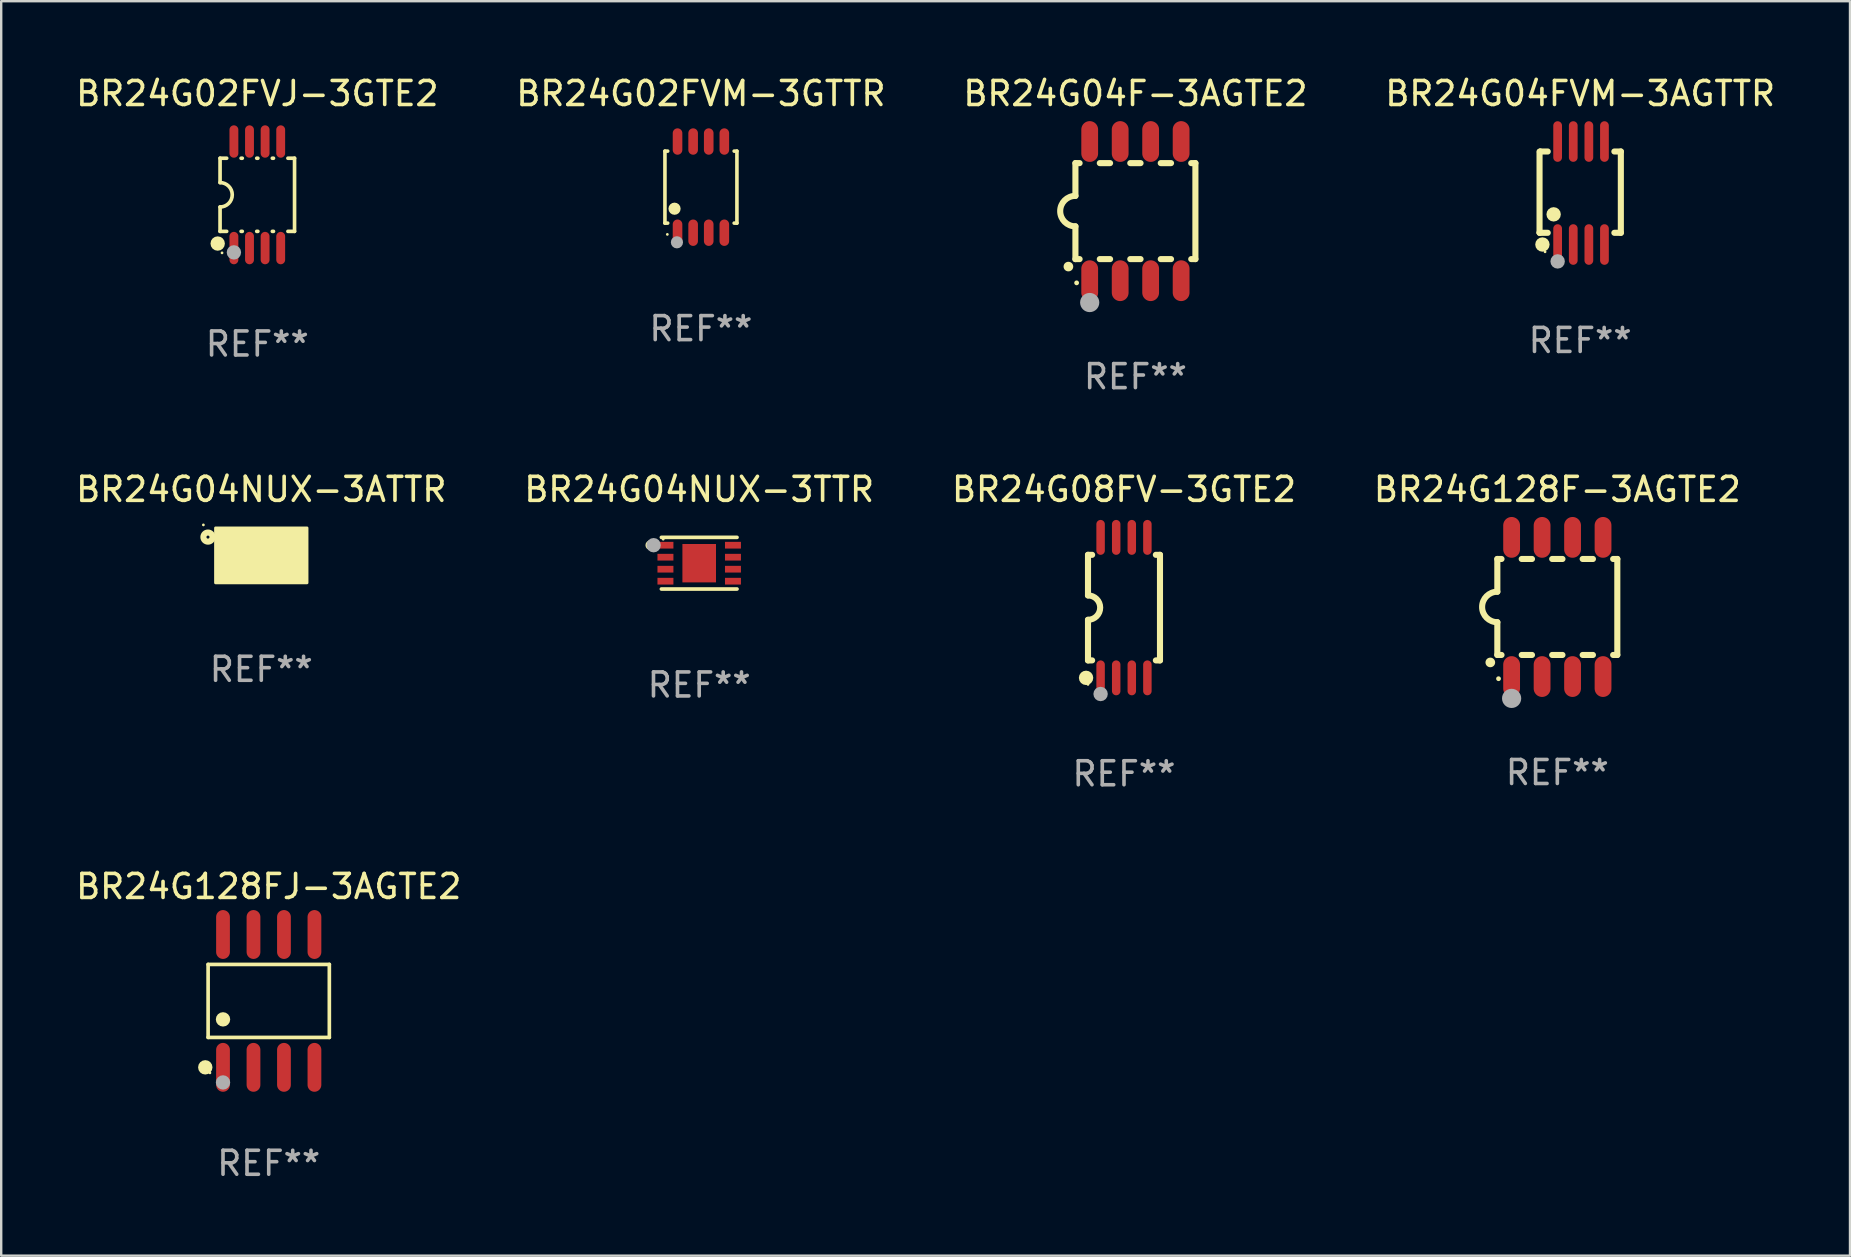
<source format=kicad_pcb>
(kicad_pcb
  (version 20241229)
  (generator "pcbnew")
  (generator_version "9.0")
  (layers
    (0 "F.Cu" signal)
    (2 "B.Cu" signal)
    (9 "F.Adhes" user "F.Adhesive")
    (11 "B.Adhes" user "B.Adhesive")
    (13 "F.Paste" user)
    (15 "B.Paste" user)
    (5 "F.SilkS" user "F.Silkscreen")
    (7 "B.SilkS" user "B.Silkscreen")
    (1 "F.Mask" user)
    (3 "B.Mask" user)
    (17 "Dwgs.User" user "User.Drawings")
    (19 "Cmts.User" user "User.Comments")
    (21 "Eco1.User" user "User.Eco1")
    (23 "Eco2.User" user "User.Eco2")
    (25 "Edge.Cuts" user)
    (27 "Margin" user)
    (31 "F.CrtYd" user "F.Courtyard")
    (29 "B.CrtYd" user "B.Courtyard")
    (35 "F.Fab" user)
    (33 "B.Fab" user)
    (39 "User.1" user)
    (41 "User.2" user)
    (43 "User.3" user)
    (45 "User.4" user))
  (footprint "BR24G128F-3AGTE2"
    (layer "F.Cu")
    (at 61.851 22.245)
    (property "Reference" "BR24G128F-3AGTE2" (at 0 -4.9 0) (layer "F.SilkS") (effects (font (size 1 1) (thickness 0.15))))
    (attr through_hole)
    (fp_line (start -2.5 -2) (end -2.5 -0.635) (stroke (width 0.254) (type solid)) (layer "F.SilkS"))
    (fp_line (start -2.5 -2) (end -2.326 -2) (stroke (width 0.254) (type solid)) (layer "F.SilkS"))
    (fp_line (start -2.5 2) (end -2.5 0.635) (stroke (width 0.254) (type solid)) (layer "F.SilkS"))
    (fp_line (start -2.5 2) (end -2.326 2) (stroke (width 0.254) (type solid)) (layer "F.SilkS"))
    (fp_line (start -1.484 -2) (end -1.056 -2) (stroke (width 0.254) (type solid)) (layer "F.SilkS"))
    (fp_line (start -1.484 2) (end -1.056 2) (stroke (width 0.254) (type solid)) (layer "F.SilkS"))
    (fp_line (start -0.214 -2) (end 0.214 -2) (stroke (width 0.254) (type solid)) (layer "F.SilkS"))
    (fp_line (start -0.214 2) (end 0.214 2) (stroke (width 0.254) (type solid)) (layer "F.SilkS"))
    (fp_line (start 1.056 -2) (end 1.484 -2) (stroke (width 0.254) (type solid)) (layer "F.SilkS"))
    (fp_line (start 1.056 2) (end 1.484 2) (stroke (width 0.254) (type solid)) (layer "F.SilkS"))
    (fp_line (start 2.326 -2) (end 2.5 -2) (stroke (width 0.254) (type solid)) (layer "F.SilkS"))
    (fp_line (start 2.326 2) (end 2.5 2) (stroke (width 0.254) (type solid)) (layer "F.SilkS"))
    (fp_line (start 2.5 -2) (end 2.5 2) (stroke (width 0.254) (type solid)) (layer "F.SilkS"))
    (fp_arc (start -2.794006 2.311405) (mid -2.792736 2.311401) (end -2.791466 2.311405) (stroke (width 0.4) (type solid)) (layer "F.SilkS"))
    (fp_arc (start -2.5 0.635001) (mid -3.134366 -0.000318) (end -2.499365 -0.635001) (stroke (width 0.254001) (type solid)) (layer "F.SilkS"))
    (fp_circle (center -2.45 2.99) (end -2.4 2.99) (stroke (width 0.1) (type solid)) (fill no) (layer "F.SilkS"))
    (fp_circle (center -1.905 3.81) (end -1.705 3.81) (stroke (width 0.4) (type solid)) (fill no) (layer "F.Fab"))
    (fp_text user "REF**" (at 0 6.9 0) (layer "F.Fab") (effects (font (size 1 1) (thickness 0.15))))
    (pad "1" smd oval (at -1.905 2.9 180) (size 0.7 1.7) (layers "F.Cu" "F.Mask" "F.Paste"))
    (pad "2" smd oval (at -0.635 2.9 180) (size 0.7 1.7) (layers "F.Cu" "F.Mask" "F.Paste"))
    (pad "3" smd oval (at 0.635 2.9 180) (size 0.7 1.7) (layers "F.Cu" "F.Mask" "F.Paste"))
    (pad "4" smd oval (at 1.905 2.9 180) (size 0.7 1.7) (layers "F.Cu" "F.Mask" "F.Paste"))
    (pad "5" smd oval (at 1.905 -2.9 180) (size 0.7 1.7) (layers "F.Cu" "F.Mask" "F.Paste"))
    (pad "6" smd oval (at 0.635 -2.9 180) (size 0.7 1.7) (layers "F.Cu" "F.Mask" "F.Paste"))
    (pad "7" smd oval (at -0.635 -2.9 180) (size 0.7 1.7) (layers "F.Cu" "F.Mask" "F.Paste"))
    (pad "8" smd oval (at -1.905 -2.9 180) (size 0.7 1.7) (layers "F.Cu" "F.Mask" "F.Paste")))
  (footprint "BR24G04F-3AGTE2"
    (layer "F.Cu")
    (at 44.268 5.748)
    (property "Reference" "BR24G04F-3AGTE2" (at 0 -4.9 0) (layer "F.SilkS") (effects (font (size 1 1) (thickness 0.15))))
    (attr through_hole)
    (fp_line (start -2.5 -2) (end -2.5 -0.635) (stroke (width 0.254) (type solid)) (layer "F.SilkS"))
    (fp_line (start -2.5 -2) (end -2.326 -2) (stroke (width 0.254) (type solid)) (layer "F.SilkS"))
    (fp_line (start -2.5 2) (end -2.5 0.635) (stroke (width 0.254) (type solid)) (layer "F.SilkS"))
    (fp_line (start -2.5 2) (end -2.326 2) (stroke (width 0.254) (type solid)) (layer "F.SilkS"))
    (fp_line (start -1.484 -2) (end -1.056 -2) (stroke (width 0.254) (type solid)) (layer "F.SilkS"))
    (fp_line (start -1.484 2) (end -1.056 2) (stroke (width 0.254) (type solid)) (layer "F.SilkS"))
    (fp_line (start -0.214 -2) (end 0.214 -2) (stroke (width 0.254) (type solid)) (layer "F.SilkS"))
    (fp_line (start -0.214 2) (end 0.214 2) (stroke (width 0.254) (type solid)) (layer "F.SilkS"))
    (fp_line (start 1.056 -2) (end 1.484 -2) (stroke (width 0.254) (type solid)) (layer "F.SilkS"))
    (fp_line (start 1.056 2) (end 1.484 2) (stroke (width 0.254) (type solid)) (layer "F.SilkS"))
    (fp_line (start 2.326 -2) (end 2.5 -2) (stroke (width 0.254) (type solid)) (layer "F.SilkS"))
    (fp_line (start 2.326 2) (end 2.5 2) (stroke (width 0.254) (type solid)) (layer "F.SilkS"))
    (fp_line (start 2.5 -2) (end 2.5 2) (stroke (width 0.254) (type solid)) (layer "F.SilkS"))
    (fp_arc (start -2.794006 2.311405) (mid -2.792736 2.311401) (end -2.791466 2.311405) (stroke (width 0.4) (type solid)) (layer "F.SilkS"))
    (fp_arc (start -2.5 0.635001) (mid -3.134366 -0.000318) (end -2.499365 -0.635001) (stroke (width 0.254001) (type solid)) (layer "F.SilkS"))
    (fp_circle (center -2.45 2.99) (end -2.4 2.99) (stroke (width 0.1) (type solid)) (fill no) (layer "F.SilkS"))
    (fp_circle (center -1.905 3.81) (end -1.705 3.81) (stroke (width 0.4) (type solid)) (fill no) (layer "F.Fab"))
    (fp_text user "REF**" (at 0 6.9 0) (layer "F.Fab") (effects (font (size 1 1) (thickness 0.15))))
    (pad "1" smd oval (at -1.905 2.9 180) (size 0.7 1.7) (layers "F.Cu" "F.Mask" "F.Paste"))
    (pad "2" smd oval (at -0.635 2.9 180) (size 0.7 1.7) (layers "F.Cu" "F.Mask" "F.Paste"))
    (pad "3" smd oval (at 0.635 2.9 180) (size 0.7 1.7) (layers "F.Cu" "F.Mask" "F.Paste"))
    (pad "4" smd oval (at 1.905 2.9 180) (size 0.7 1.7) (layers "F.Cu" "F.Mask" "F.Paste"))
    (pad "5" smd oval (at 1.905 -2.9 180) (size 0.7 1.7) (layers "F.Cu" "F.Mask" "F.Paste"))
    (pad "6" smd oval (at 0.635 -2.9 180) (size 0.7 1.7) (layers "F.Cu" "F.Mask" "F.Paste"))
    (pad "7" smd oval (at -0.635 -2.9 180) (size 0.7 1.7) (layers "F.Cu" "F.Mask" "F.Paste"))
    (pad "8" smd oval (at -1.905 -2.9 180) (size 0.7 1.7) (layers "F.Cu" "F.Mask" "F.Paste")))
  (footprint "BR24G04NUX-3TTR"
    (layer "F.Cu")
    (at 26.089 20.421)
    (property "Reference" "BR24G04NUX-3TTR" (at 0 -3.076 0) (layer "F.SilkS") (effects (font (size 1 1) (thickness 0.15))))
    (attr through_hole)
    (fp_line (start -1.576 -1.076) (end 1.576 -1.076) (stroke (width 0.152) (type solid)) (layer "F.SilkS"))
    (fp_line (start 1.576 1.076) (end -1.576 1.076) (stroke (width 0.152) (type solid)) (layer "F.SilkS"))
    (fp_circle (center -2.04 -0.75) (end -1.94 -0.75) (stroke (width 0.2) (type solid)) (fill no) (layer "F.SilkS"))
    (fp_circle (center -1.5 -1) (end -1.47 -1) (stroke (width 0.06) (type solid)) (fill no) (layer "F.SilkS"))
    (fp_circle (center -1.9 -0.75) (end -1.75 -0.75) (stroke (width 0.3) (type solid)) (fill no) (layer "F.Fab"))
    (fp_text user "REF**" (at 0 5.076 0) (layer "F.Fab") (effects (font (size 1 1) (thickness 0.15))))
    (pad "1" smd rect (at -1.407 -0.75 270) (size 0.28 0.665) (layers "F.Cu" "F.Mask" "F.Paste"))
    (pad "2" smd rect (at -1.407 -0.25 270) (size 0.28 0.665) (layers "F.Cu" "F.Mask" "F.Paste"))
    (pad "3" smd rect (at -1.407 0.25 270) (size 0.28 0.665) (layers "F.Cu" "F.Mask" "F.Paste"))
    (pad "4" smd rect (at -1.407 0.75 270) (size 0.28 0.665) (layers "F.Cu" "F.Mask" "F.Paste"))
    (pad "5" smd rect (at 1.407 0.75 270) (size 0.28 0.665) (layers "F.Cu" "F.Mask" "F.Paste"))
    (pad "6" smd rect (at 1.407 0.25 270) (size 0.28 0.665) (layers "F.Cu" "F.Mask" "F.Paste"))
    (pad "7" smd rect (at 1.407 -0.25 270) (size 0.28 0.665) (layers "F.Cu" "F.Mask" "F.Paste"))
    (pad "8" smd rect (at 1.407 -0.75 270) (size 0.28 0.665) (layers "F.Cu" "F.Mask" "F.Paste"))
    (pad "9" smd rect (at 0 0 270) (size 1.6 1.4) (layers "F.Cu" "F.Mask" "F.Paste")))
  (footprint "BR24G02FVM-3GTTR"
    (layer "F.Cu")
    (at 26.161 4.748)
    (property "Reference" "BR24G02FVM-3GTTR" (at 0 -3.9 0) (layer "F.SilkS") (effects (font (size 1 1) (thickness 0.15))))
    (attr through_hole)
    (fp_line (start -1.5 -1.5) (end -1.385 -1.5) (stroke (width 0.15) (type solid)) (layer "F.SilkS"))
    (fp_line (start -1.5 1.5) (end -1.5 -1.5) (stroke (width 0.15) (type solid)) (layer "F.SilkS"))
    (fp_line (start -1.385 1.5) (end -1.5 1.5) (stroke (width 0.15) (type solid)) (layer "F.SilkS"))
    (fp_line (start 1.385 -1.5) (end 1.5 -1.5) (stroke (width 0.15) (type solid)) (layer "F.SilkS"))
    (fp_line (start 1.5 -1.5) (end 1.5 1.5) (stroke (width 0.15) (type solid)) (layer "F.SilkS"))
    (fp_line (start 1.5 1.5) (end 1.385 1.5) (stroke (width 0.15) (type solid)) (layer "F.SilkS"))
    (fp_circle (center -1.4 1.97) (end -1.37 1.97) (stroke (width 0.06) (type solid)) (fill no) (layer "F.SilkS"))
    (fp_circle (center -1.1 0.9) (end -0.973 0.9) (stroke (width 0.254) (type solid)) (fill no) (layer "F.SilkS"))
    (fp_circle (center -1 2.3) (end -0.873 2.3) (stroke (width 0.254) (type solid)) (fill no) (layer "F.Fab"))
    (fp_text user "REF**" (at 0 5.9 0) (layer "F.Fab") (effects (font (size 1 1) (thickness 0.15))))
    (pad "1" smd oval (at -0.975 1.9 270) (size 1.1 0.4) (layers "F.Cu" "F.Mask" "F.Paste"))
    (pad "2" smd oval (at -0.325 1.9 270) (size 1.1 0.4) (layers "F.Cu" "F.Mask" "F.Paste"))
    (pad "3" smd oval (at 0.325 1.9 270) (size 1.1 0.4) (layers "F.Cu" "F.Mask" "F.Paste"))
    (pad "4" smd oval (at 0.975 1.9 270) (size 1.1 0.4) (layers "F.Cu" "F.Mask" "F.Paste"))
    (pad "5" smd oval (at 0.975 -1.9 270) (size 1.1 0.4) (layers "F.Cu" "F.Mask" "F.Paste"))
    (pad "6" smd oval (at 0.325 -1.9 270) (size 1.1 0.4) (layers "F.Cu" "F.Mask" "F.Paste"))
    (pad "7" smd oval (at -0.325 -1.9 270) (size 1.1 0.4) (layers "F.Cu" "F.Mask" "F.Paste"))
    (pad "8" smd oval (at -0.975 -1.9 270) (size 1.1 0.4) (layers "F.Cu" "F.Mask" "F.Paste")))
  (footprint "BR24G128FJ-3AGTE2"
    (layer "F.Cu")
    (at 8.149 38.663)
    (property "Reference" "BR24G128FJ-3AGTE2" (at 0 -4.768 0) (layer "F.SilkS") (effects (font (size 1 1) (thickness 0.15))))
    (attr through_hole)
    (fp_line (start -2.526 -1.521) (end 2.526 -1.521) (stroke (width 0.152) (type solid)) (layer "F.SilkS"))
    (fp_line (start -2.526 1.521) (end -2.526 -1.521) (stroke (width 0.152) (type solid)) (layer "F.SilkS"))
    (fp_line (start 2.526 -1.521) (end 2.526 1.521) (stroke (width 0.152) (type solid)) (layer "F.SilkS"))
    (fp_line (start 2.526 1.521) (end -2.526 1.521) (stroke (width 0.152) (type solid)) (layer "F.SilkS"))
    (fp_circle (center -2.644 2.768) (end -2.494 2.768) (stroke (width 0.3) (type solid)) (fill no) (layer "F.SilkS"))
    (fp_circle (center -2.45 2.998) (end -2.42 2.998) (stroke (width 0.06) (type solid)) (fill no) (layer "F.SilkS"))
    (fp_circle (center -1.905 0.769) (end -1.755 0.769) (stroke (width 0.3) (type solid)) (fill no) (layer "F.SilkS"))
    (fp_circle (center -1.905 3.398) (end -1.755 3.398) (stroke (width 0.3) (type solid)) (fill no) (layer "F.Fab"))
    (fp_text user "REF**" (at 0 6.768 0) (layer "F.Fab") (effects (font (size 1 1) (thickness 0.15))))
    (pad "1" smd oval (at -1.905 2.768) (size 0.574 2.036) (layers "F.Cu" "F.Mask" "F.Paste"))
    (pad "2" smd oval (at -0.635 2.768) (size 0.574 2.036) (layers "F.Cu" "F.Mask" "F.Paste"))
    (pad "3" smd oval (at 0.635 2.768) (size 0.574 2.036) (layers "F.Cu" "F.Mask" "F.Paste"))
    (pad "4" smd oval (at 1.905 2.768) (size 0.574 2.036) (layers "F.Cu" "F.Mask" "F.Paste"))
    (pad "5" smd oval (at 1.905 -2.768) (size 0.574 2.036) (layers "F.Cu" "F.Mask" "F.Paste"))
    (pad "6" smd oval (at 0.635 -2.768) (size 0.574 2.036) (layers "F.Cu" "F.Mask" "F.Paste"))
    (pad "7" smd oval (at -0.635 -2.768) (size 0.574 2.036) (layers "F.Cu" "F.Mask" "F.Paste"))
    (pad "8" smd oval (at -1.905 -2.768) (size 0.574 2.036) (layers "F.Cu" "F.Mask" "F.Paste")))
  (footprint "BR24G04FVM-3AGTTR"
    (layer "F.Cu")
    (at 62.804 4.994)
    (property "Reference" "BR24G04FVM-3AGTTR" (at 0 -4.146 0) (layer "F.SilkS") (effects (font (size 1 1) (thickness 0.15))))
    (attr through_hole)
    (fp_line (start -1.694 -1.724) (end -1.694 1.652) (stroke (width 0.254) (type solid)) (layer "F.SilkS"))
    (fp_line (start -1.694 1.652) (end -1.688 1.658) (stroke (width 0.254) (type solid)) (layer "F.SilkS"))
    (fp_line (start -1.688 1.658) (end -1.353 1.658) (stroke (width 0.254) (type solid)) (layer "F.SilkS"))
    (fp_line (start -1.661 -1.73) (end -1.681 -1.71) (stroke (width 0.254) (type solid)) (layer "F.SilkS"))
    (fp_line (start -1.353 -1.73) (end -1.661 -1.73) (stroke (width 0.254) (type solid)) (layer "F.SilkS"))
    (fp_line (start 1.424 1.658) (end 1.694 1.658) (stroke (width 0.254) (type solid)) (layer "F.SilkS"))
    (fp_line (start 1.694 -1.73) (end 1.424 -1.73) (stroke (width 0.254) (type solid)) (layer "F.SilkS"))
    (fp_line (start 1.694 1.658) (end 1.694 -1.73) (stroke (width 0.254) (type solid)) (layer "F.SilkS"))
    (fp_circle (center -1.574 2.146) (end -1.424 2.146) (stroke (width 0.3) (type solid)) (fill no) (layer "F.SilkS"))
    (fp_circle (center -1.464 2.45) (end -1.434 2.45) (stroke (width 0.06) (type solid)) (fill no) (layer "F.SilkS"))
    (fp_circle (center -1.107 0.889) (end -0.957 0.889) (stroke (width 0.3) (type solid)) (fill no) (layer "F.SilkS"))
    (fp_circle (center -0.94 2.85) (end -0.789 2.85) (stroke (width 0.3) (type solid)) (fill no) (layer "F.Fab"))
    (fp_text user "REF**" (at 0 6.146 0) (layer "F.Fab") (effects (font (size 1 1) (thickness 0.15))))
    (pad "1" smd oval (at -0.94 2.146) (size 0.364 1.692) (layers "F.Cu" "F.Mask" "F.Paste"))
    (pad "2" smd oval (at -0.289 2.146) (size 0.364 1.692) (layers "F.Cu" "F.Mask" "F.Paste"))
    (pad "3" smd oval (at 0.361 2.146) (size 0.364 1.692) (layers "F.Cu" "F.Mask" "F.Paste"))
    (pad "4" smd oval (at 1.011 2.146) (size 0.364 1.692) (layers "F.Cu" "F.Mask" "F.Paste"))
    (pad "5" smd oval (at 1.011 -2.146) (size 0.364 1.692) (layers "F.Cu" "F.Mask" "F.Paste"))
    (pad "6" smd oval (at 0.361 -2.146) (size 0.364 1.692) (layers "F.Cu" "F.Mask" "F.Paste"))
    (pad "7" smd oval (at -0.289 -2.146) (size 0.364 1.692) (layers "F.Cu" "F.Mask" "F.Paste"))
    (pad "8" smd oval (at -0.94 -2.146) (size 0.364 1.692) (layers "F.Cu" "F.Mask" "F.Paste")))
  (footprint "BR24G04NUX-3ATTR"
    (layer "F.Cu")
    (at 7.839 20.095)
    (property "Reference" "BR24G04NUX-3ATTR" (at 0 -2.75 0) (layer "F.SilkS") (effects (font (size 1 1) (thickness 0.15))))
    (attr through_hole)
    (fp_circle (center -2.413 -1.27) (end -2.383 -1.27) (stroke (width 0.06) (type solid)) (fill no) (layer "F.SilkS"))
    (fp_circle (center -2.222 -0.762) (end -2.159 -0.762) (stroke (width 0.254) (type solid)) (fill no) (layer "F.SilkS"))
    (fp_poly (pts (xy -1.905 -1.143) (xy 1.905 -1.143) (xy 1.905 1.143) (xy -1.905 1.143)) (stroke (width 0.12) (type solid)) (fill yes) (layer "F.SilkS"))
    (fp_text user "REF**" (at 0 4.75 0) (layer "F.Fab") (effects (font (size 1 1) (thickness 0.15))))
    (pad "1" smd rect (at -1.45 -0.75 270) (size 0.25 0.5) (layers "F.Cu" "F.Mask" "F.Paste"))
    (pad "2" smd rect (at -1.45 -0.25 270) (size 0.25 0.5) (layers "F.Cu" "F.Mask" "F.Paste"))
    (pad "3" smd rect (at -1.45 0.25 270) (size 0.25 0.5) (layers "F.Cu" "F.Mask" "F.Paste"))
    (pad "4" smd rect (at -1.45 0.75 270) (size 0.25 0.5) (layers "F.Cu" "F.Mask" "F.Paste"))
    (pad "5" smd rect (at 1.45 0.75 270) (size 0.25 0.5) (layers "F.Cu" "F.Mask" "F.Paste"))
    (pad "6" smd rect (at 1.45 0.25 270) (size 0.25 0.5) (layers "F.Cu" "F.Mask" "F.Paste"))
    (pad "7" smd rect (at 1.45 -0.25 270) (size 0.25 0.5) (layers "F.Cu" "F.Mask" "F.Paste"))
    (pad "8" smd rect (at 1.45 -0.75 270) (size 0.25 0.5) (layers "F.Cu" "F.Mask" "F.Paste"))
    (pad "9" smd rect (at 0.000127 0 270) (size 1.5 1.6) (layers "F.Cu" "F.Mask" "F.Paste")))
  (footprint "BR24G02FVJ-3GTE2"
    (layer "F.Cu")
    (at 7.673 5.068)
    (property "Reference" "BR24G02FVJ-3GTE2" (at 0 -4.22 0) (layer "F.SilkS") (effects (font (size 1 1) (thickness 0.15))))
    (attr through_hole)
    (fp_line (start -1.552 -1.524) (end -1.276 -1.524) (stroke (width 0.152) (type solid)) (layer "F.SilkS"))
    (fp_line (start -1.552 -0.508) (end -1.552 -1.524) (stroke (width 0.152) (type solid)) (layer "F.SilkS"))
    (fp_line (start -1.552 1.524) (end -1.552 0.508) (stroke (width 0.152) (type solid)) (layer "F.SilkS"))
    (fp_line (start -1.552 1.524) (end -1.276 1.524) (stroke (width 0.152) (type solid)) (layer "F.SilkS"))
    (fp_line (start -0.674 -1.524) (end -0.626 -1.524) (stroke (width 0.152) (type solid)) (layer "F.SilkS"))
    (fp_line (start -0.674 1.524) (end -0.626 1.524) (stroke (width 0.152) (type solid)) (layer "F.SilkS"))
    (fp_line (start -0.024 -1.524) (end 0.024 -1.524) (stroke (width 0.152) (type solid)) (layer "F.SilkS"))
    (fp_line (start -0.024 1.524) (end 0.024 1.524) (stroke (width 0.152) (type solid)) (layer "F.SilkS"))
    (fp_line (start 0.626 -1.524) (end 0.674 -1.524) (stroke (width 0.152) (type solid)) (layer "F.SilkS"))
    (fp_line (start 0.626 1.524) (end 0.674 1.524) (stroke (width 0.152) (type solid)) (layer "F.SilkS"))
    (fp_line (start 1.276 1.524) (end 1.552 1.524) (stroke (width 0.152) (type solid)) (layer "F.SilkS"))
    (fp_line (start 1.276 -1.524) (end 1.552 -1.524) (stroke (width 0.152) (type solid)) (layer "F.SilkS"))
    (fp_line (start 1.552 -1.524) (end 1.552 1.524) (stroke (width 0.152) (type solid)) (layer "F.SilkS"))
    (fp_arc (start -1.551943 -0.508001) (mid -1.043942 0) (end -1.551943 0.508001) (stroke (width 0.151994) (type solid)) (layer "F.SilkS"))
    (fp_circle (center -1.651 2.032) (end -1.501 2.032) (stroke (width 0.3) (type solid)) (fill no) (layer "F.SilkS"))
    (fp_circle (center -1.47 2.42) (end -1.44 2.42) (stroke (width 0.06) (type solid)) (fill no) (layer "F.SilkS"))
    (fp_circle (center -0.975 2.4) (end -0.825 2.4) (stroke (width 0.3) (type solid)) (fill no) (layer "F.Fab"))
    (fp_text user "REF**" (at 0 6.22 0) (layer "F.Fab") (effects (font (size 1 1) (thickness 0.15))))
    (pad "1" smd oval (at -0.975 2.22) (size 0.37 1.35) (layers "F.Cu" "F.Mask" "F.Paste"))
    (pad "2" smd oval (at -0.325 2.22) (size 0.37 1.35) (layers "F.Cu" "F.Mask" "F.Paste"))
    (pad "3" smd oval (at 0.325 2.22) (size 0.37 1.35) (layers "F.Cu" "F.Mask" "F.Paste"))
    (pad "4" smd oval (at 0.975 2.22) (size 0.37 1.35) (layers "F.Cu" "F.Mask" "F.Paste"))
    (pad "5" smd oval (at 0.975 -2.22) (size 0.37 1.35) (layers "F.Cu" "F.Mask" "F.Paste"))
    (pad "6" smd oval (at 0.325 -2.22) (size 0.37 1.35) (layers "F.Cu" "F.Mask" "F.Paste"))
    (pad "7" smd oval (at -0.325 -2.22) (size 0.37 1.35) (layers "F.Cu" "F.Mask" "F.Paste"))
    (pad "8" smd oval (at -0.975 -2.22) (size 0.37 1.35) (layers "F.Cu" "F.Mask" "F.Paste")))
  (footprint "BR24G08FV-3GTE2"
    (layer "F.Cu")
    (at 43.792 22.272)
    (property "Reference" "BR24G08FV-3GTE2" (at 0 -4.927 0) (layer "F.SilkS") (effects (font (size 1 1) (thickness 0.15))))
    (attr through_hole)
    (fp_line (start -1.5 -2.2) (end -1.5 -0.508) (stroke (width 0.254) (type solid)) (layer "F.SilkS"))
    (fp_line (start -1.5 -2.2) (end -1.328 -2.2) (stroke (width 0.254) (type solid)) (layer "F.SilkS"))
    (fp_line (start -1.5 2.2) (end -1.5 0.508) (stroke (width 0.254) (type solid)) (layer "F.SilkS"))
    (fp_line (start -1.5 2.2) (end -1.328 2.2) (stroke (width 0.254) (type solid)) (layer "F.SilkS"))
    (fp_line (start 1.328 -2.2) (end 1.5 -2.2) (stroke (width 0.254) (type solid)) (layer "F.SilkS"))
    (fp_line (start 1.328 2.2) (end 1.5 2.2) (stroke (width 0.254) (type solid)) (layer "F.SilkS"))
    (fp_line (start 1.5 -2.2) (end 1.5 2.2) (stroke (width 0.254) (type solid)) (layer "F.SilkS"))
    (fp_arc (start -1.501144 -0.508) (mid -0.993143 -0.000571) (end -1.5 0.508001) (stroke (width 0.254001) (type solid)) (layer "F.SilkS"))
    (fp_circle (center -1.581 2.927) (end -1.431 2.927) (stroke (width 0.3) (type solid)) (fill no) (layer "F.SilkS"))
    (fp_circle (center -1.5 3.2) (end -1.47 3.2) (stroke (width 0.06) (type solid)) (fill no) (layer "F.SilkS"))
    (fp_circle (center -0.975 3.6) (end -0.825 3.6) (stroke (width 0.3) (type solid)) (fill no) (layer "F.Fab"))
    (fp_text user "REF**" (at 0 6.927 0) (layer "F.Fab") (effects (font (size 1 1) (thickness 0.15))))
    (pad "1" smd oval (at -0.975 2.927) (size 0.353 1.454) (layers "F.Cu" "F.Mask" "F.Paste"))
    (pad "2" smd oval (at -0.325 2.927) (size 0.353 1.454) (layers "F.Cu" "F.Mask" "F.Paste"))
    (pad "3" smd oval (at 0.325 2.927) (size 0.353 1.454) (layers "F.Cu" "F.Mask" "F.Paste"))
    (pad "4" smd oval (at 0.975 2.927) (size 0.353 1.454) (layers "F.Cu" "F.Mask" "F.Paste"))
    (pad "5" smd oval (at 0.975 -2.927) (size 0.353 1.454) (layers "F.Cu" "F.Mask" "F.Paste"))
    (pad "6" smd oval (at 0.325 -2.927) (size 0.353 1.454) (layers "F.Cu" "F.Mask" "F.Paste"))
    (pad "7" smd oval (at -0.325 -2.927) (size 0.353 1.454) (layers "F.Cu" "F.Mask" "F.Paste"))
    (pad "8" smd oval (at -0.975 -2.927) (size 0.353 1.454) (layers "F.Cu" "F.Mask" "F.Paste")))
  (gr_rect
    (start -3 -3)
    (end 74.048 49.279)
    (stroke (width 0.1) (type default))
    (fill no)
    (layer "Edge.Cuts")))
</source>
